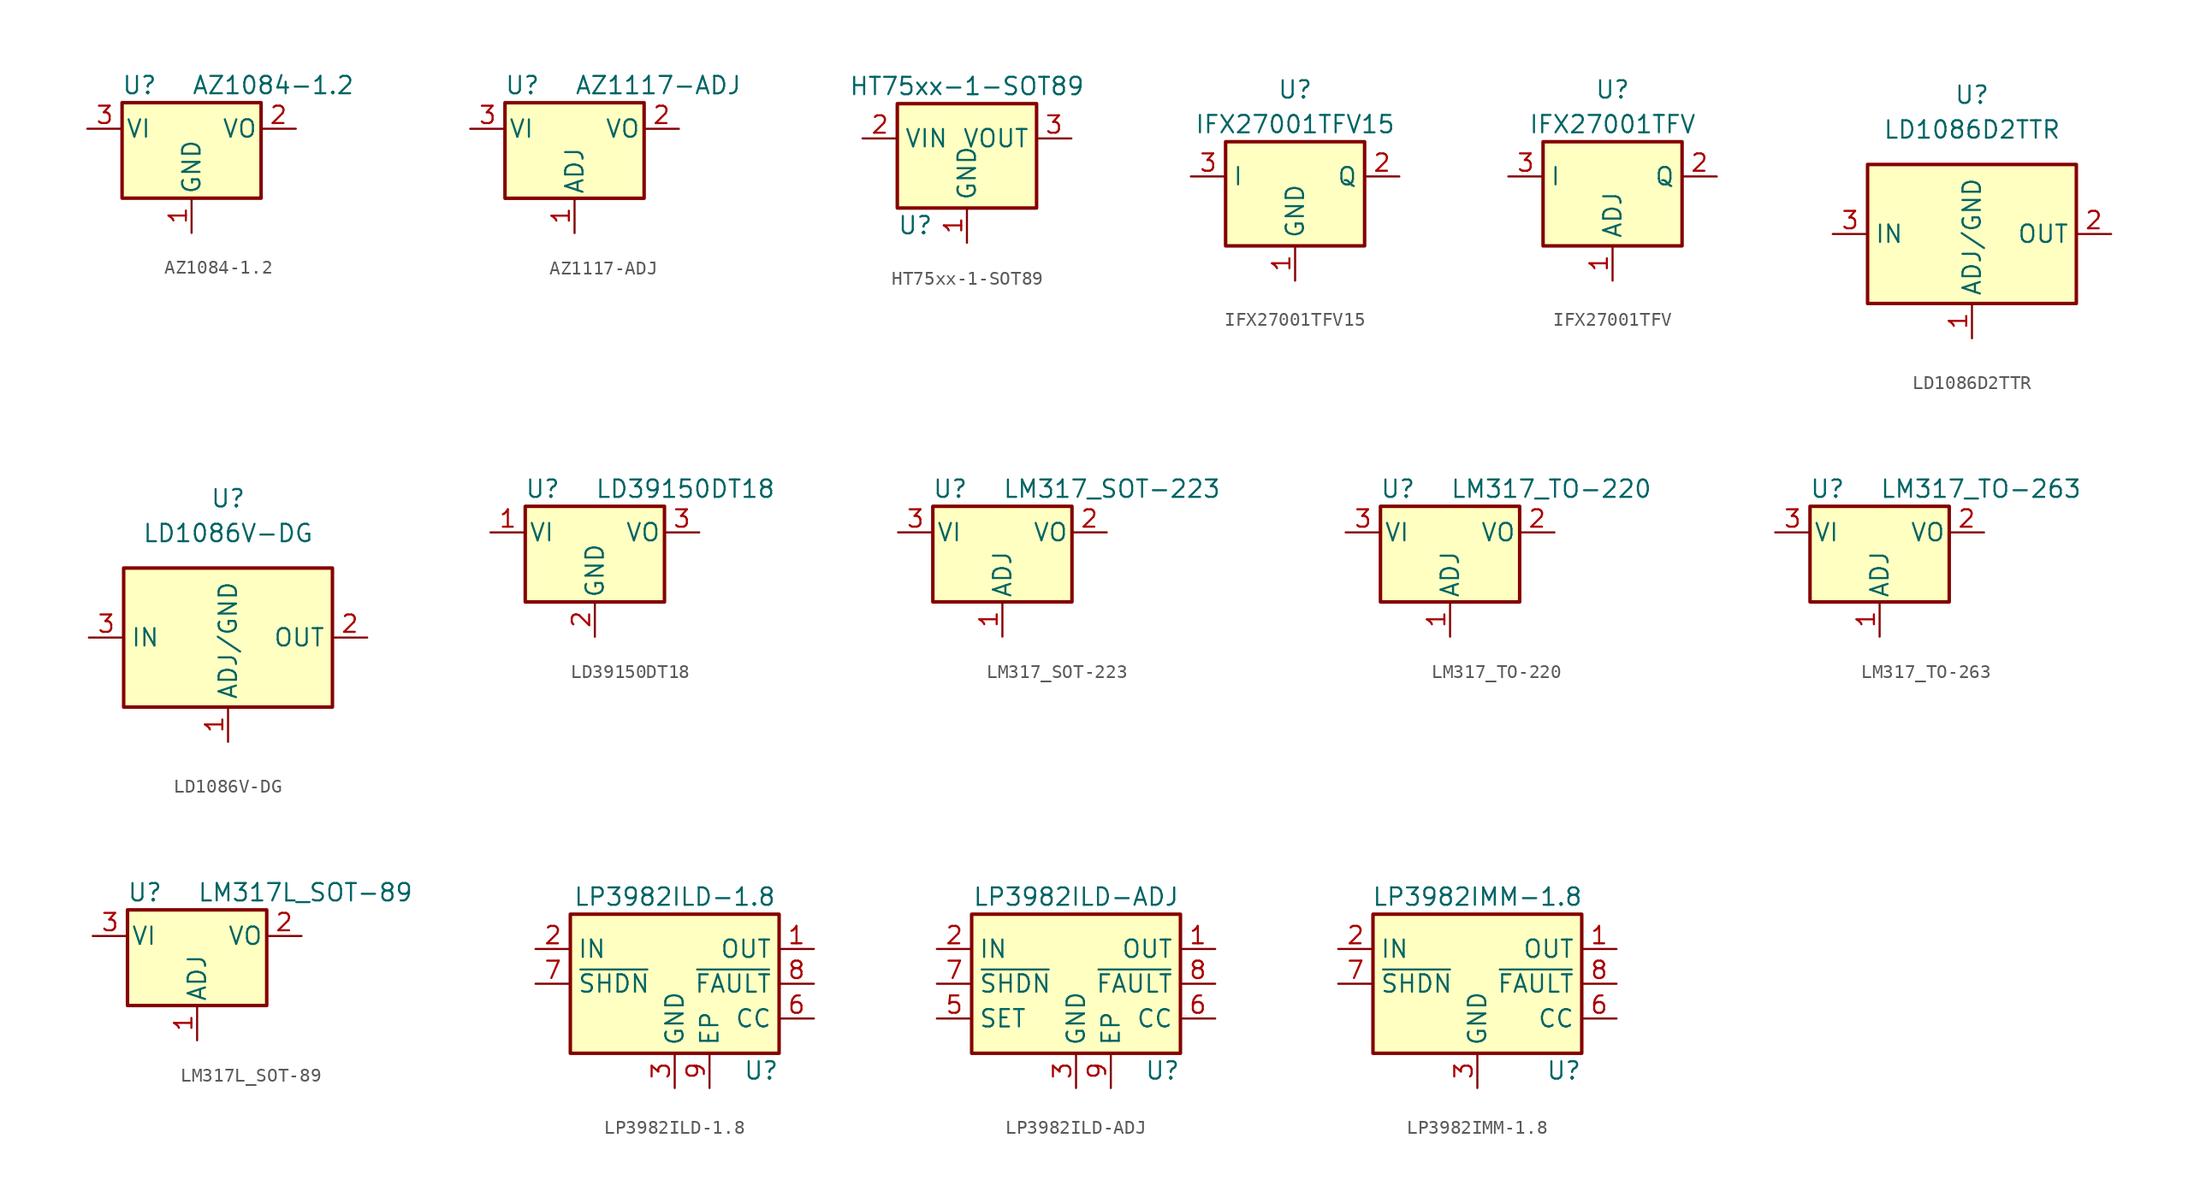
<source format=kicad_sym>
(kicad_symbol_lib
  (version 20201005)
  (generator kicad_symbol_editor)
  (symbol "AZ1084-1.2"
    (pin_names
      (offset 0.254))
    (property "Reference" "U"
      (at -3.81 3.175 0)
      (effects (font (size 1.27 1.27))))
    (property "Value" "AZ1084-1.2"
      (at 0 3.175 0)
      (effects (font (size 1.27 1.27)) (justify left)))
    (symbol "AZ1084-1.2_0_1"
      (rectangle (start -5.08 1.905) (end 5.08 -5.08) (stroke (width 0.254)) (fill (type background))))
    (symbol "AZ1084-1.2_1_1"
      (pin power_in line (at 0 -7.62 90) (length 2.54) (name "GND" (effects (font (size 1.27 1.27)))) (number "1" (effects (font (size 1.27 1.27)))))
      (pin power_out line (at 7.62 0 180) (length 2.54) (name "VO" (effects (font (size 1.27 1.27)))) (number "2" (effects (font (size 1.27 1.27)))))
      (pin power_in line (at -7.62 0 0) (length 2.54) (name "VI" (effects (font (size 1.27 1.27)))) (number "3" (effects (font (size 1.27 1.27)))))))
  (symbol "AZ1117-ADJ"
    (pin_names
      (offset 0.254))
    (property "Reference" "U"
      (at -3.81 3.175 0)
      (effects (font (size 1.27 1.27))))
    (property "Value" "AZ1117-ADJ"
      (at 0 3.175 0)
      (effects (font (size 1.27 1.27)) (justify left)))
    (symbol "AZ1117-ADJ_0_1"
      (rectangle (start -5.08 1.905) (end 5.08 -5.08) (stroke (width 0.254)) (fill (type background))))
    (symbol "AZ1117-ADJ_1_1"
      (pin input line (at 0 -7.62 90) (length 2.54) (name "ADJ" (effects (font (size 1.27 1.27)))) (number "1" (effects (font (size 1.27 1.27)))))
      (pin power_out line (at 7.62 0 180) (length 2.54) (name "VO" (effects (font (size 1.27 1.27)))) (number "2" (effects (font (size 1.27 1.27)))))
      (pin power_in line (at -7.62 0 0) (length 2.54) (name "VI" (effects (font (size 1.27 1.27)))) (number "3" (effects (font (size 1.27 1.27)))))))
  (symbol "HT75xx-1-SOT89"
    (property "Reference" "U"
      (at -5.08 -3.81 0)
      (effects (font (size 1.27 1.27)) (justify left)))
    (property "Value" "HT75xx-1-SOT89"
      (at 0 6.35 0)
      (effects (font (size 1.27 1.27))))
    (symbol "HT75xx-1-SOT89_0_1"
      (rectangle (start -5.08 5.08) (end 5.08 -2.54) (stroke (width 0.254)) (fill (type background))))
    (symbol "HT75xx-1-SOT89_1_1"
      (pin power_in line (at 0 -5.08 90) (length 2.54) (name "GND" (effects (font (size 1.27 1.27)))) (number "1" (effects (font (size 1.27 1.27)))))
      (pin power_in line (at -7.62 2.54 0) (length 2.54) (name "VIN" (effects (font (size 1.27 1.27)))) (number "2" (effects (font (size 1.27 1.27)))))
      (pin power_out line (at 7.62 2.54 180) (length 2.54) (name "VOUT" (effects (font (size 1.27 1.27)))) (number "3" (effects (font (size 1.27 1.27)))))))
  (symbol "IFX27001TFV15"
    (property "Reference" "U"
      (at 0 6.35 0)
      (effects (font (size 1.27 1.27))))
    (property "Value" "IFX27001TFV15"
      (at 0 3.81 0)
      (effects (font (size 1.27 1.27))))
    (symbol "IFX27001TFV15_1_1"
      (rectangle (start -5.08 2.54) (end 5.08 -5.08) (stroke (width 0.254)) (fill (type background)))
      (pin power_in line (at 0 -7.62 90) (length 2.54) (name "GND" (effects (font (size 1.27 1.27)))) (number "1" (effects (font (size 1.27 1.27)))))
      (pin power_out line (at 7.62 0 180) (length 2.54) (name "Q" (effects (font (size 1.27 1.27)))) (number "2" (effects (font (size 1.27 1.27)))))
      (pin power_in line (at -7.62 0 0) (length 2.54) (name "I" (effects (font (size 1.27 1.27)))) (number "3" (effects (font (size 1.27 1.27)))))))
  (symbol "IFX27001TFV"
    (property "Reference" "U"
      (at 0 6.35 0)
      (effects (font (size 1.27 1.27))))
    (property "Value" "IFX27001TFV"
      (at 0 3.81 0)
      (effects (font (size 1.27 1.27))))
    (symbol "IFX27001TFV_1_1"
      (rectangle (start -5.08 2.54) (end 5.08 -5.08) (stroke (width 0.254)) (fill (type background)))
      (pin input line (at 0 -7.62 90) (length 2.54) (name "ADJ" (effects (font (size 1.27 1.27)))) (number "1" (effects (font (size 1.27 1.27)))))
      (pin power_out line (at 7.62 0 180) (length 2.54) (name "Q" (effects (font (size 1.27 1.27)))) (number "2" (effects (font (size 1.27 1.27)))))
      (pin power_in line (at -7.62 0 0) (length 2.54) (name "I" (effects (font (size 1.27 1.27)))) (number "3" (effects (font (size 1.27 1.27)))))))
  (symbol "LD1086D2TTR"
    (property "Reference" "U"
      (at 0 10.16 0)
      (effects (font (size 1.27 1.27))))
    (property "Value" "LD1086D2TTR"
      (at 0 7.62 0)
      (effects (font (size 1.27 1.27))))
    (symbol "LD1086D2TTR_1_1"
      (rectangle (start -7.62 -5.08) (end 7.62 5.08) (stroke (width 0.254)) (fill (type background)))
      (pin input line (at 0 -7.62 90) (length 2.54) (name "ADJ/GND" (effects (font (size 1.27 1.27)))) (number "1" (effects (font (size 1.27 1.27)))))
      (pin power_out line (at 10.16 0 180) (length 2.54) (name "OUT" (effects (font (size 1.27 1.27)))) (number "2" (effects (font (size 1.27 1.27)))))
      (pin power_in line (at -10.16 0 0) (length 2.54) (name "IN" (effects (font (size 1.27 1.27)))) (number "3" (effects (font (size 1.27 1.27)))))))
  (symbol "LD1086V-DG"
    (property "Reference" "U"
      (at 0 10.16 0)
      (effects (font (size 1.27 1.27))))
    (property "Value" "LD1086V-DG"
      (at 0 7.62 0)
      (effects (font (size 1.27 1.27))))
    (symbol "LD1086V-DG_1_1"
      (rectangle (start -7.62 -5.08) (end 7.62 5.08) (stroke (width 0.254)) (fill (type background)))
      (pin input line (at 0 -7.62 90) (length 2.54) (name "ADJ/GND" (effects (font (size 1.27 1.27)))) (number "1" (effects (font (size 1.27 1.27)))))
      (pin power_out line (at 10.16 0 180) (length 2.54) (name "OUT" (effects (font (size 1.27 1.27)))) (number "2" (effects (font (size 1.27 1.27)))))
      (pin power_in line (at -10.16 0 0) (length 2.54) (name "IN" (effects (font (size 1.27 1.27)))) (number "3" (effects (font (size 1.27 1.27)))))))
  (symbol "LD39150DT18"
    (pin_names
      (offset 0.254))
    (property "Reference" "U"
      (at -3.81 3.175 0)
      (effects (font (size 1.27 1.27))))
    (property "Value" "LD39150DT18"
      (at 0 3.175 0)
      (effects (font (size 1.27 1.27)) (justify left)))
    (symbol "LD39150DT18_0_1"
      (rectangle (start -5.08 -5.08) (end 5.08 1.905) (stroke (width 0.254)) (fill (type background))))
    (symbol "LD39150DT18_1_1"
      (pin power_in line (at -7.62 0 0) (length 2.54) (name "VI" (effects (font (size 1.27 1.27)))) (number "1" (effects (font (size 1.27 1.27)))))
      (pin power_in line (at 0 -7.62 90) (length 2.54) (name "GND" (effects (font (size 1.27 1.27)))) (number "2" (effects (font (size 1.27 1.27)))))
      (pin power_out line (at 7.62 0 180) (length 2.54) (name "VO" (effects (font (size 1.27 1.27)))) (number "3" (effects (font (size 1.27 1.27)))))))
  (symbol "LM317_SOT-223"
    (pin_names
      (offset 0.254))
    (property "Reference" "U"
      (at -3.81 3.175 0)
      (effects (font (size 1.27 1.27))))
    (property "Value" "LM317_SOT-223"
      (at 0 3.175 0)
      (effects (font (size 1.27 1.27)) (justify left)))
    (symbol "LM317_SOT-223_0_1"
      (rectangle (start -5.08 1.905) (end 5.08 -5.08) (stroke (width 0.254)) (fill (type background))))
    (symbol "LM317_SOT-223_1_1"
      (pin input line (at 0 -7.62 90) (length 2.54) (name "ADJ" (effects (font (size 1.27 1.27)))) (number "1" (effects (font (size 1.27 1.27)))))
      (pin power_out line (at 7.62 0 180) (length 2.54) (name "VO" (effects (font (size 1.27 1.27)))) (number "2" (effects (font (size 1.27 1.27)))))
      (pin power_in line (at -7.62 0 0) (length 2.54) (name "VI" (effects (font (size 1.27 1.27)))) (number "3" (effects (font (size 1.27 1.27)))))))
  (symbol "LM317_TO-220"
    (pin_names
      (offset 0.254))
    (property "Reference" "U"
      (at -3.81 3.175 0)
      (effects (font (size 1.27 1.27))))
    (property "Value" "LM317_TO-220"
      (at 0 3.175 0)
      (effects (font (size 1.27 1.27)) (justify left)))
    (symbol "LM317_TO-220_0_1"
      (rectangle (start -5.08 1.905) (end 5.08 -5.08) (stroke (width 0.254)) (fill (type background))))
    (symbol "LM317_TO-220_1_1"
      (pin input line (at 0 -7.62 90) (length 2.54) (name "ADJ" (effects (font (size 1.27 1.27)))) (number "1" (effects (font (size 1.27 1.27)))))
      (pin power_out line (at 7.62 0 180) (length 2.54) (name "VO" (effects (font (size 1.27 1.27)))) (number "2" (effects (font (size 1.27 1.27)))))
      (pin power_in line (at -7.62 0 0) (length 2.54) (name "VI" (effects (font (size 1.27 1.27)))) (number "3" (effects (font (size 1.27 1.27)))))))
  (symbol "LM317_TO-263"
    (pin_names
      (offset 0.254))
    (property "Reference" "U"
      (at -3.81 3.175 0)
      (effects (font (size 1.27 1.27))))
    (property "Value" "LM317_TO-263"
      (at 0 3.175 0)
      (effects (font (size 1.27 1.27)) (justify left)))
    (symbol "LM317_TO-263_0_1"
      (rectangle (start -5.08 1.905) (end 5.08 -5.08) (stroke (width 0.254)) (fill (type background))))
    (symbol "LM317_TO-263_1_1"
      (pin input line (at 0 -7.62 90) (length 2.54) (name "ADJ" (effects (font (size 1.27 1.27)))) (number "1" (effects (font (size 1.27 1.27)))))
      (pin power_out line (at 7.62 0 180) (length 2.54) (name "VO" (effects (font (size 1.27 1.27)))) (number "2" (effects (font (size 1.27 1.27)))))
      (pin power_in line (at -7.62 0 0) (length 2.54) (name "VI" (effects (font (size 1.27 1.27)))) (number "3" (effects (font (size 1.27 1.27)))))))
  (symbol "LM317L_SOT-89"
    (pin_names
      (offset 0.254))
    (property "Reference" "U"
      (at -3.81 3.175 0)
      (effects (font (size 1.27 1.27))))
    (property "Value" "LM317L_SOT-89"
      (at 0 3.175 0)
      (effects (font (size 1.27 1.27)) (justify left)))
    (symbol "LM317L_SOT-89_0_1"
      (rectangle (start -5.08 1.905) (end 5.08 -5.08) (stroke (width 0.254)) (fill (type background))))
    (symbol "LM317L_SOT-89_1_1"
      (pin input line (at 0 -7.62 90) (length 2.54) (name "ADJ" (effects (font (size 1.27 1.27)))) (number "1" (effects (font (size 1.27 1.27)))))
      (pin power_out line (at 7.62 0 180) (length 2.54) (name "VO" (effects (font (size 1.27 1.27)))) (number "2" (effects (font (size 1.27 1.27)))))
      (pin power_in line (at -7.62 0 0) (length 2.54) (name "VI" (effects (font (size 1.27 1.27)))) (number "3" (effects (font (size 1.27 1.27)))))))
  (symbol "LP3982ILD-1.8"
    (property "Reference" "U"
      (at 7.62 -6.35 0)
      (effects (font (size 1.27 1.27)) (justify right)))
    (property "Value" "LP3982ILD-1.8"
      (at 0 6.35 0)
      (effects (font (size 1.27 1.27))))
    (symbol "LP3982ILD-1.8_0_1"
      (rectangle (start -7.62 5.08) (end 7.62 -5.08) (stroke (width 0.254)) (fill (type background))))
    (symbol "LP3982ILD-1.8_1_1"
      (pin power_out line (at 10.16 2.54 180) (length 2.54) (name "OUT" (effects (font (size 1.27 1.27)))) (number "1" (effects (font (size 1.27 1.27)))))
      (pin power_in line (at -10.16 2.54 0) (length 2.54) (name "IN" (effects (font (size 1.27 1.27)))) (number "2" (effects (font (size 1.27 1.27)))))
      (pin power_in line (at 0 -7.62 90) (length 2.54) (name "GND" (effects (font (size 1.27 1.27)))) (number "3" (effects (font (size 1.27 1.27)))))
      (pin passive line (at 10.16 2.54 180) (length 2.54) hide (name "OUT" (effects (font (size 1.27 1.27)))) (number "4" (effects (font (size 1.27 1.27)))))
      (pin no_connect line (at -7.62 -2.54 0) (length 2.54) hide (name "NC" (effects (font (size 1.27 1.27)))) (number "5" (effects (font (size 1.27 1.27)))))
      (pin passive line (at 10.16 -2.54 180) (length 2.54) (name "CC" (effects (font (size 1.27 1.27)))) (number "6" (effects (font (size 1.27 1.27)))))
      (pin input line (at -10.16 0 0) (length 2.54) (name "~SHDN" (effects (font (size 1.27 1.27)))) (number "7" (effects (font (size 1.27 1.27)))))
      (pin open_collector line (at 10.16 0 180) (length 2.54) (name "~FAULT" (effects (font (size 1.27 1.27)))) (number "8" (effects (font (size 1.27 1.27)))))
      (pin passive line (at 2.54 -7.62 90) (length 2.54) (name "EP" (effects (font (size 1.27 1.27)))) (number "9" (effects (font (size 1.27 1.27)))))))
  (symbol "LP3982ILD-ADJ"
    (property "Reference" "U"
      (at 7.62 -6.35 0)
      (effects (font (size 1.27 1.27)) (justify right)))
    (property "Value" "LP3982ILD-ADJ"
      (at 0 6.35 0)
      (effects (font (size 1.27 1.27))))
    (symbol "LP3982ILD-ADJ_0_1"
      (rectangle (start -7.62 5.08) (end 7.62 -5.08) (stroke (width 0.254)) (fill (type background))))
    (symbol "LP3982ILD-ADJ_1_1"
      (pin power_out line (at 10.16 2.54 180) (length 2.54) (name "OUT" (effects (font (size 1.27 1.27)))) (number "1" (effects (font (size 1.27 1.27)))))
      (pin power_in line (at -10.16 2.54 0) (length 2.54) (name "IN" (effects (font (size 1.27 1.27)))) (number "2" (effects (font (size 1.27 1.27)))))
      (pin power_in line (at 0 -7.62 90) (length 2.54) (name "GND" (effects (font (size 1.27 1.27)))) (number "3" (effects (font (size 1.27 1.27)))))
      (pin passive line (at 10.16 2.54 180) (length 2.54) hide (name "OUT" (effects (font (size 1.27 1.27)))) (number "4" (effects (font (size 1.27 1.27)))))
      (pin passive line (at -10.16 -2.54 0) (length 2.54) (name "SET" (effects (font (size 1.27 1.27)))) (number "5" (effects (font (size 1.27 1.27)))))
      (pin passive line (at 10.16 -2.54 180) (length 2.54) (name "CC" (effects (font (size 1.27 1.27)))) (number "6" (effects (font (size 1.27 1.27)))))
      (pin input line (at -10.16 0 0) (length 2.54) (name "~SHDN" (effects (font (size 1.27 1.27)))) (number "7" (effects (font (size 1.27 1.27)))))
      (pin open_collector line (at 10.16 0 180) (length 2.54) (name "~FAULT" (effects (font (size 1.27 1.27)))) (number "8" (effects (font (size 1.27 1.27)))))
      (pin passive line (at 2.54 -7.62 90) (length 2.54) (name "EP" (effects (font (size 1.27 1.27)))) (number "9" (effects (font (size 1.27 1.27)))))))
  (symbol "LP3982IMM-1.8"
    (property "Reference" "U"
      (at 7.62 -6.35 0)
      (effects (font (size 1.27 1.27)) (justify right)))
    (property "Value" "LP3982IMM-1.8"
      (at 0 6.35 0)
      (effects (font (size 1.27 1.27))))
    (symbol "LP3982IMM-1.8_0_1"
      (rectangle (start -7.62 5.08) (end 7.62 -5.08) (stroke (width 0.254)) (fill (type background))))
    (symbol "LP3982IMM-1.8_1_1"
      (pin power_out line (at 10.16 2.54 180) (length 2.54) (name "OUT" (effects (font (size 1.27 1.27)))) (number "1" (effects (font (size 1.27 1.27)))))
      (pin power_in line (at -10.16 2.54 0) (length 2.54) (name "IN" (effects (font (size 1.27 1.27)))) (number "2" (effects (font (size 1.27 1.27)))))
      (pin power_in line (at 0 -7.62 90) (length 2.54) (name "GND" (effects (font (size 1.27 1.27)))) (number "3" (effects (font (size 1.27 1.27)))))
      (pin passive line (at 10.16 2.54 180) (length 2.54) hide (name "OUT" (effects (font (size 1.27 1.27)))) (number "4" (effects (font (size 1.27 1.27)))))
      (pin no_connect line (at -7.62 -2.54 0) (length 2.54) hide (name "NC" (effects (font (size 1.27 1.27)))) (number "5" (effects (font (size 1.27 1.27)))))
      (pin passive line (at 10.16 -2.54 180) (length 2.54) (name "CC" (effects (font (size 1.27 1.27)))) (number "6" (effects (font (size 1.27 1.27)))))
      (pin input line (at -10.16 0 0) (length 2.54) (name "~SHDN" (effects (font (size 1.27 1.27)))) (number "7" (effects (font (size 1.27 1.27)))))
      (pin open_collector line (at 10.16 0 180) (length 2.54) (name "~FAULT" (effects (font (size 1.27 1.27)))) (number "8" (effects (font (size 1.27 1.27))))))))
</source>
